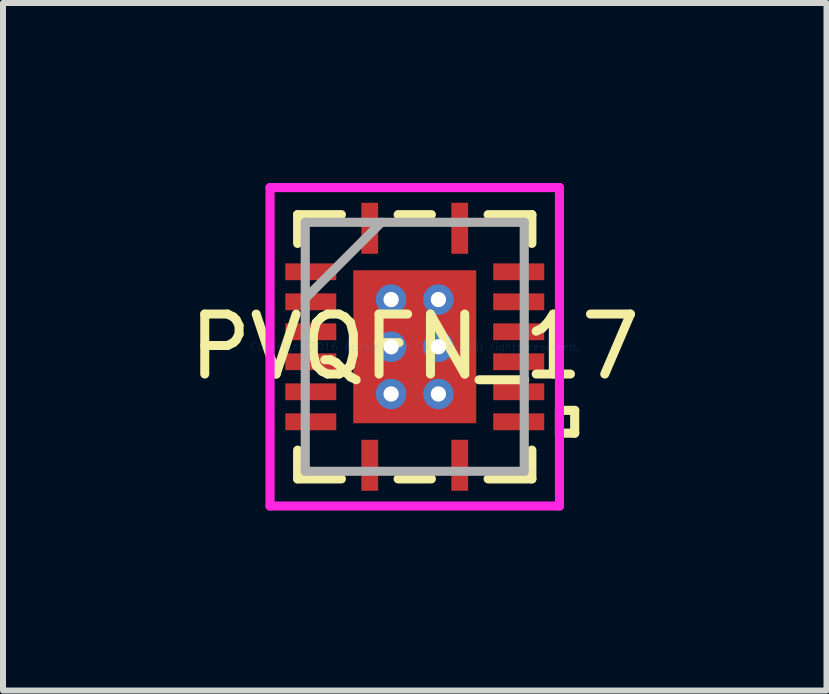
<source format=kicad_pcb>
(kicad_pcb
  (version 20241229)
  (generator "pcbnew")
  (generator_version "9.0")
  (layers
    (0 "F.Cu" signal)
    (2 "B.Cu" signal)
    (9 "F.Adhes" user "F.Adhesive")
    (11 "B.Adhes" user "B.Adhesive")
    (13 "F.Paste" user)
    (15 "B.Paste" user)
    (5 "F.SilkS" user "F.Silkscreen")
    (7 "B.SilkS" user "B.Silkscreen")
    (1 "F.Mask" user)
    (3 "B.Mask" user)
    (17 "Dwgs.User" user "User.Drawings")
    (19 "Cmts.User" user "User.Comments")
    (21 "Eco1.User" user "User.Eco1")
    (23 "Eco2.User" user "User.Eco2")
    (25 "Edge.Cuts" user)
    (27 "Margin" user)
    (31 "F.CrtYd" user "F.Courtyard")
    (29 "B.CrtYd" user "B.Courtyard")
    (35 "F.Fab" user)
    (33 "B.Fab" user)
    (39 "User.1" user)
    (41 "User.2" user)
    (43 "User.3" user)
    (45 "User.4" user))
  (footprint "PVQFN_17"
    (layer "F.Cu")
    (at 3.863 2.73)
    (property "Reference" "PVQFN_17" (at 0 0 0) (layer "F.SilkS") (effects (font (size 1 1) (thickness 0.15))))
    (attr through_hole)
    (fp_line (start -2.228 -1.46) (end -2.228 -1.04) (stroke (width 0.152) (type solid)) (layer "F.Mask"))
    (fp_line (start -2.228 -1.04) (end -1.238 -1.04) (stroke (width 0.152) (type solid)) (layer "F.Mask"))
    (fp_line (start -2.228 -0.96) (end -2.228 -0.54) (stroke (width 0.152) (type solid)) (layer "F.Mask"))
    (fp_line (start -2.228 -0.54) (end -1.238 -0.54) (stroke (width 0.152) (type solid)) (layer "F.Mask"))
    (fp_line (start -2.228 -0.46) (end -2.228 -0.04) (stroke (width 0.152) (type solid)) (layer "F.Mask"))
    (fp_line (start -2.228 -0.04) (end -1.238 -0.04) (stroke (width 0.152) (type solid)) (layer "F.Mask"))
    (fp_line (start -2.228 0.04) (end -2.228 0.46) (stroke (width 0.152) (type solid)) (layer "F.Mask"))
    (fp_line (start -2.228 0.46) (end -1.238 0.46) (stroke (width 0.152) (type solid)) (layer "F.Mask"))
    (fp_line (start -2.228 0.54) (end -2.228 0.96) (stroke (width 0.152) (type solid)) (layer "F.Mask"))
    (fp_line (start -2.228 0.96) (end -1.238 0.96) (stroke (width 0.152) (type solid)) (layer "F.Mask"))
    (fp_line (start -2.228 1.04) (end -2.228 1.46) (stroke (width 0.152) (type solid)) (layer "F.Mask"))
    (fp_line (start -2.228 1.46) (end -1.238 1.46) (stroke (width 0.152) (type solid)) (layer "F.Mask"))
    (fp_line (start -1.238 -1.46) (end -2.228 -1.46) (stroke (width 0.152) (type solid)) (layer "F.Mask"))
    (fp_line (start -1.238 -1.04) (end -1.238 -1.46) (stroke (width 0.152) (type solid)) (layer "F.Mask"))
    (fp_line (start -1.238 -0.96) (end -2.228 -0.96) (stroke (width 0.152) (type solid)) (layer "F.Mask"))
    (fp_line (start -1.238 -0.54) (end -1.238 -0.96) (stroke (width 0.152) (type solid)) (layer "F.Mask"))
    (fp_line (start -1.238 -0.46) (end -2.228 -0.46) (stroke (width 0.152) (type solid)) (layer "F.Mask"))
    (fp_line (start -1.238 -0.04) (end -1.238 -0.46) (stroke (width 0.152) (type solid)) (layer "F.Mask"))
    (fp_line (start -1.238 0.04) (end -2.228 0.04) (stroke (width 0.152) (type solid)) (layer "F.Mask"))
    (fp_line (start -1.238 0.46) (end -1.238 0.04) (stroke (width 0.152) (type solid)) (layer "F.Mask"))
    (fp_line (start -1.238 0.54) (end -2.228 0.54) (stroke (width 0.152) (type solid)) (layer "F.Mask"))
    (fp_line (start -1.238 0.96) (end -1.238 0.54) (stroke (width 0.152) (type solid)) (layer "F.Mask"))
    (fp_line (start -1.238 1.04) (end -2.228 1.04) (stroke (width 0.152) (type solid)) (layer "F.Mask"))
    (fp_line (start -1.238 1.46) (end -1.238 1.04) (stroke (width 0.152) (type solid)) (layer "F.Mask"))
    (fp_line (start -1.089 -1.339) (end -0.594 -1.339) (stroke (width 0.152) (type solid)) (layer "F.Mask"))
    (fp_line (start -1.089 -1.339) (end 1.089 -1.339) (stroke (width 0.152) (type solid)) (layer "F.Mask"))
    (fp_line (start -1.089 -0.987) (end -1.089 -1.339) (stroke (width 0.152) (type solid)) (layer "F.Mask"))
    (fp_line (start -1.089 -0.587) (end 1.089 -0.587) (stroke (width 0.152) (type solid)) (layer "F.Mask"))
    (fp_line (start -1.089 -0.2) (end -1.089 -0.587) (stroke (width 0.152) (type solid)) (layer "F.Mask"))
    (fp_line (start -1.089 0.2) (end 1.089 0.2) (stroke (width 0.152) (type solid)) (layer "F.Mask"))
    (fp_line (start -1.089 0.587) (end -1.089 0.2) (stroke (width 0.152) (type solid)) (layer "F.Mask"))
    (fp_line (start -1.089 0.987) (end 1.089 0.987) (stroke (width 0.152) (type solid)) (layer "F.Mask"))
    (fp_line (start -1.089 1.339) (end -1.089 -1.339) (stroke (width 0.152) (type solid)) (layer "F.Mask"))
    (fp_line (start -1.089 1.339) (end -1.089 0.987) (stroke (width 0.152) (type solid)) (layer "F.Mask"))
    (fp_line (start -0.96 -2.47) (end -0.96 -1.48) (stroke (width 0.152) (type solid)) (layer "F.Mask"))
    (fp_line (start -0.96 -1.48) (end -0.54 -1.48) (stroke (width 0.152) (type solid)) (layer "F.Mask"))
    (fp_line (start -0.96 1.48) (end -0.96 2.47) (stroke (width 0.152) (type solid)) (layer "F.Mask"))
    (fp_line (start -0.96 2.47) (end -0.54 2.47) (stroke (width 0.152) (type solid)) (layer "F.Mask"))
    (fp_line (start -0.594 -1.339) (end -0.594 1.339) (stroke (width 0.152) (type solid)) (layer "F.Mask"))
    (fp_line (start -0.594 1.339) (end -1.089 1.339) (stroke (width 0.152) (type solid)) (layer "F.Mask"))
    (fp_line (start -0.54 -2.47) (end -0.96 -2.47) (stroke (width 0.152) (type solid)) (layer "F.Mask"))
    (fp_line (start -0.54 -1.48) (end -0.54 -2.47) (stroke (width 0.152) (type solid)) (layer "F.Mask"))
    (fp_line (start -0.54 1.48) (end -0.96 1.48) (stroke (width 0.152) (type solid)) (layer "F.Mask"))
    (fp_line (start -0.54 2.47) (end -0.54 1.48) (stroke (width 0.152) (type solid)) (layer "F.Mask"))
    (fp_line (start -0.194 -1.339) (end -0.194 1.339) (stroke (width 0.152) (type solid)) (layer "F.Mask"))
    (fp_line (start -0.194 1.339) (end 0.194 1.339) (stroke (width 0.152) (type solid)) (layer "F.Mask"))
    (fp_line (start 0 -1.275) (end 0 -1.275) (stroke (width 0.152) (type solid)) (layer "F.Mask"))
    (fp_line (start 0 -1.275) (end 0 -1.275) (stroke (width 0.152) (type solid)) (layer "F.Mask"))
    (fp_line (start 0 -1.275) (end 0 -1.275) (stroke (width 0.152) (type solid)) (layer "F.Mask"))
    (fp_line (start 0 -1.275) (end 0 -1.275) (stroke (width 0.152) (type solid)) (layer "F.Mask"))
    (fp_line (start 0 -1.275) (end 0 -1.275) (stroke (width 0.152) (type solid)) (layer "F.Mask"))
    (fp_line (start 0 -1.275) (end 0 -1.275) (stroke (width 0.152) (type solid)) (layer "F.Mask"))
    (fp_line (start 0 -1.275) (end 0 -1.275) (stroke (width 0.152) (type solid)) (layer "F.Mask"))
    (fp_line (start 0 -1.275) (end 0 -1.275) (stroke (width 0.152) (type solid)) (layer "F.Mask"))
    (fp_line (start 0 -1.275) (end 0 -1.275) (stroke (width 0.152) (type solid)) (layer "F.Mask"))
    (fp_line (start 0 -1.275) (end 0 -1.275) (stroke (width 0.152) (type solid)) (layer "F.Mask"))
    (fp_line (start 0 -1.275) (end 0 -1.275) (stroke (width 0.152) (type solid)) (layer "F.Mask"))
    (fp_line (start 0 -1.275) (end 0 -1.275) (stroke (width 0.152) (type solid)) (layer "F.Mask"))
    (fp_line (start 0 -1.275) (end 0 -1.275) (stroke (width 0.152) (type solid)) (layer "F.Mask"))
    (fp_line (start 0 -1.275) (end 0 -1.275) (stroke (width 0.152) (type solid)) (layer "F.Mask"))
    (fp_line (start 0 -1.275) (end 0 -1.275) (stroke (width 0.152) (type solid)) (layer "F.Mask"))
    (fp_line (start 0 -1.275) (end 0 -1.275) (stroke (width 0.152) (type solid)) (layer "F.Mask"))
    (fp_line (start 0 1.275) (end 0 1.275) (stroke (width 0.152) (type solid)) (layer "F.Mask"))
    (fp_line (start 0 1.275) (end 0 1.275) (stroke (width 0.152) (type solid)) (layer "F.Mask"))
    (fp_line (start 0 1.275) (end 0 1.275) (stroke (width 0.152) (type solid)) (layer "F.Mask"))
    (fp_line (start 0 1.275) (end 0 1.275) (stroke (width 0.152) (type solid)) (layer "F.Mask"))
    (fp_line (start 0 1.275) (end 0 1.275) (stroke (width 0.152) (type solid)) (layer "F.Mask"))
    (fp_line (start 0 1.275) (end 0 1.275) (stroke (width 0.152) (type solid)) (layer "F.Mask"))
    (fp_line (start 0 1.275) (end 0 1.275) (stroke (width 0.152) (type solid)) (layer "F.Mask"))
    (fp_line (start 0 1.275) (end 0 1.275) (stroke (width 0.152) (type solid)) (layer "F.Mask"))
    (fp_line (start 0 1.275) (end 0 1.275) (stroke (width 0.152) (type solid)) (layer "F.Mask"))
    (fp_line (start 0 1.275) (end 0 1.275) (stroke (width 0.152) (type solid)) (layer "F.Mask"))
    (fp_line (start 0 1.275) (end 0 1.275) (stroke (width 0.152) (type solid)) (layer "F.Mask"))
    (fp_line (start 0 1.275) (end 0 1.275) (stroke (width 0.152) (type solid)) (layer "F.Mask"))
    (fp_line (start 0 1.275) (end 0 1.275) (stroke (width 0.152) (type solid)) (layer "F.Mask"))
    (fp_line (start 0 1.275) (end 0 1.275) (stroke (width 0.152) (type solid)) (layer "F.Mask"))
    (fp_line (start 0 1.275) (end 0 1.275) (stroke (width 0.152) (type solid)) (layer "F.Mask"))
    (fp_line (start 0 1.275) (end 0 1.275) (stroke (width 0.152) (type solid)) (layer "F.Mask"))
    (fp_line (start 0.194 -1.339) (end -0.194 -1.339) (stroke (width 0.152) (type solid)) (layer "F.Mask"))
    (fp_line (start 0.194 1.339) (end 0.194 -1.339) (stroke (width 0.152) (type solid)) (layer "F.Mask"))
    (fp_line (start 0.54 -2.47) (end 0.54 -1.48) (stroke (width 0.152) (type solid)) (layer "F.Mask"))
    (fp_line (start 0.54 -1.48) (end 0.96 -1.48) (stroke (width 0.152) (type solid)) (layer "F.Mask"))
    (fp_line (start 0.54 1.48) (end 0.54 2.47) (stroke (width 0.152) (type solid)) (layer "F.Mask"))
    (fp_line (start 0.54 2.47) (end 0.96 2.47) (stroke (width 0.152) (type solid)) (layer "F.Mask"))
    (fp_line (start 0.594 -1.339) (end 1.089 -1.339) (stroke (width 0.152) (type solid)) (layer "F.Mask"))
    (fp_line (start 0.594 1.339) (end 0.594 -1.339) (stroke (width 0.152) (type solid)) (layer "F.Mask"))
    (fp_line (start 0.96 -2.47) (end 0.54 -2.47) (stroke (width 0.152) (type solid)) (layer "F.Mask"))
    (fp_line (start 0.96 -1.48) (end 0.96 -2.47) (stroke (width 0.152) (type solid)) (layer "F.Mask"))
    (fp_line (start 0.96 1.48) (end 0.54 1.48) (stroke (width 0.152) (type solid)) (layer "F.Mask"))
    (fp_line (start 0.96 2.47) (end 0.96 1.48) (stroke (width 0.152) (type solid)) (layer "F.Mask"))
    (fp_line (start 1.089 -1.339) (end 1.089 -0.987) (stroke (width 0.152) (type solid)) (layer "F.Mask"))
    (fp_line (start 1.089 -1.339) (end 1.089 1.339) (stroke (width 0.152) (type solid)) (layer "F.Mask"))
    (fp_line (start 1.089 -0.987) (end -1.089 -0.987) (stroke (width 0.152) (type solid)) (layer "F.Mask"))
    (fp_line (start 1.089 -0.587) (end 1.089 -0.2) (stroke (width 0.152) (type solid)) (layer "F.Mask"))
    (fp_line (start 1.089 -0.2) (end -1.089 -0.2) (stroke (width 0.152) (type solid)) (layer "F.Mask"))
    (fp_line (start 1.089 0.2) (end 1.089 0.587) (stroke (width 0.152) (type solid)) (layer "F.Mask"))
    (fp_line (start 1.089 0.587) (end -1.089 0.587) (stroke (width 0.152) (type solid)) (layer "F.Mask"))
    (fp_line (start 1.089 0.987) (end 1.089 1.339) (stroke (width 0.152) (type solid)) (layer "F.Mask"))
    (fp_line (start 1.089 1.339) (end -1.089 1.339) (stroke (width 0.152) (type solid)) (layer "F.Mask"))
    (fp_line (start 1.089 1.339) (end 0.594 1.339) (stroke (width 0.152) (type solid)) (layer "F.Mask"))
    (fp_line (start 1.238 -1.46) (end 1.238 -1.04) (stroke (width 0.152) (type solid)) (layer "F.Mask"))
    (fp_line (start 1.238 -1.04) (end 2.228 -1.04) (stroke (width 0.152) (type solid)) (layer "F.Mask"))
    (fp_line (start 1.238 -0.96) (end 1.238 -0.54) (stroke (width 0.152) (type solid)) (layer "F.Mask"))
    (fp_line (start 1.238 -0.54) (end 2.228 -0.54) (stroke (width 0.152) (type solid)) (layer "F.Mask"))
    (fp_line (start 1.238 -0.46) (end 1.238 -0.04) (stroke (width 0.152) (type solid)) (layer "F.Mask"))
    (fp_line (start 1.238 -0.04) (end 2.228 -0.04) (stroke (width 0.152) (type solid)) (layer "F.Mask"))
    (fp_line (start 1.238 0.04) (end 1.238 0.46) (stroke (width 0.152) (type solid)) (layer "F.Mask"))
    (fp_line (start 1.238 0.46) (end 2.228 0.46) (stroke (width 0.152) (type solid)) (layer "F.Mask"))
    (fp_line (start 1.238 0.54) (end 1.238 0.96) (stroke (width 0.152) (type solid)) (layer "F.Mask"))
    (fp_line (start 1.238 0.96) (end 2.228 0.96) (stroke (width 0.152) (type solid)) (layer "F.Mask"))
    (fp_line (start 1.238 1.04) (end 1.238 1.46) (stroke (width 0.152) (type solid)) (layer "F.Mask"))
    (fp_line (start 1.238 1.46) (end 2.228 1.46) (stroke (width 0.152) (type solid)) (layer "F.Mask"))
    (fp_line (start 2.228 -1.46) (end 1.238 -1.46) (stroke (width 0.152) (type solid)) (layer "F.Mask"))
    (fp_line (start 2.228 -1.04) (end 2.228 -1.46) (stroke (width 0.152) (type solid)) (layer "F.Mask"))
    (fp_line (start 2.228 -0.96) (end 1.238 -0.96) (stroke (width 0.152) (type solid)) (layer "F.Mask"))
    (fp_line (start 2.228 -0.54) (end 2.228 -0.96) (stroke (width 0.152) (type solid)) (layer "F.Mask"))
    (fp_line (start 2.228 -0.46) (end 1.238 -0.46) (stroke (width 0.152) (type solid)) (layer "F.Mask"))
    (fp_line (start 2.228 -0.04) (end 2.228 -0.46) (stroke (width 0.152) (type solid)) (layer "F.Mask"))
    (fp_line (start 2.228 0.04) (end 1.238 0.04) (stroke (width 0.152) (type solid)) (layer "F.Mask"))
    (fp_line (start 2.228 0.46) (end 2.228 0.04) (stroke (width 0.152) (type solid)) (layer "F.Mask"))
    (fp_line (start 2.228 0.54) (end 1.238 0.54) (stroke (width 0.152) (type solid)) (layer "F.Mask"))
    (fp_line (start 2.228 0.96) (end 2.228 0.54) (stroke (width 0.152) (type solid)) (layer "F.Mask"))
    (fp_line (start 2.228 1.04) (end 1.238 1.04) (stroke (width 0.152) (type solid)) (layer "F.Mask"))
    (fp_line (start 2.228 1.46) (end 2.228 1.04) (stroke (width 0.152) (type solid)) (layer "F.Mask"))
    (fp_line (start -1.952 -2.202) (end -1.952 -1.723) (stroke (width 0.152) (type solid)) (layer "F.SilkS"))
    (fp_line (start -1.952 1.723) (end -1.952 2.202) (stroke (width 0.152) (type solid)) (layer "F.SilkS"))
    (fp_line (start -1.952 2.202) (end -1.223 2.202) (stroke (width 0.152) (type solid)) (layer "F.SilkS"))
    (fp_line (start -1.223 -2.202) (end -1.952 -2.202) (stroke (width 0.152) (type solid)) (layer "F.SilkS"))
    (fp_line (start -0.277 2.202) (end 0.277 2.202) (stroke (width 0.152) (type solid)) (layer "F.SilkS"))
    (fp_line (start 0.277 -2.202) (end -0.277 -2.202) (stroke (width 0.152) (type solid)) (layer "F.SilkS"))
    (fp_line (start 1.223 2.202) (end 1.952 2.202) (stroke (width 0.152) (type solid)) (layer "F.SilkS"))
    (fp_line (start 1.952 -2.202) (end 1.223 -2.202) (stroke (width 0.152) (type solid)) (layer "F.SilkS"))
    (fp_line (start 1.952 -1.723) (end 1.952 -2.202) (stroke (width 0.152) (type solid)) (layer "F.SilkS"))
    (fp_line (start 1.952 2.202) (end 1.952 1.723) (stroke (width 0.152) (type solid)) (layer "F.SilkS"))
    (fp_line (start 2.412 1.06) (end 2.666 1.06) (stroke (width 0.152) (type solid)) (layer "F.SilkS"))
    (fp_line (start 2.412 1.44) (end 2.412 1.06) (stroke (width 0.152) (type solid)) (layer "F.SilkS"))
    (fp_line (start 2.666 1.06) (end 2.666 1.44) (stroke (width 0.152) (type solid)) (layer "F.SilkS"))
    (fp_line (start 2.666 1.44) (end 2.412 1.44) (stroke (width 0.152) (type solid)) (layer "F.SilkS"))
    (fp_line (start -2.133 -1.365) (end -2.133 -1.135) (stroke (width 0.152) (type solid)) (layer "F.Paste"))
    (fp_line (start -2.133 -1.135) (end -1.333 -1.135) (stroke (width 0.152) (type solid)) (layer "F.Paste"))
    (fp_line (start -2.133 -0.865) (end -2.133 -0.635) (stroke (width 0.152) (type solid)) (layer "F.Paste"))
    (fp_line (start -2.133 -0.635) (end -1.333 -0.635) (stroke (width 0.152) (type solid)) (layer "F.Paste"))
    (fp_line (start -2.133 -0.365) (end -2.133 -0.135) (stroke (width 0.152) (type solid)) (layer "F.Paste"))
    (fp_line (start -2.133 -0.135) (end -1.333 -0.135) (stroke (width 0.152) (type solid)) (layer "F.Paste"))
    (fp_line (start -2.133 0.135) (end -2.133 0.365) (stroke (width 0.152) (type solid)) (layer "F.Paste"))
    (fp_line (start -2.133 0.365) (end -1.333 0.365) (stroke (width 0.152) (type solid)) (layer "F.Paste"))
    (fp_line (start -2.133 0.635) (end -2.133 0.865) (stroke (width 0.152) (type solid)) (layer "F.Paste"))
    (fp_line (start -2.133 0.865) (end -1.333 0.865) (stroke (width 0.152) (type solid)) (layer "F.Paste"))
    (fp_line (start -2.133 1.135) (end -2.133 1.365) (stroke (width 0.152) (type solid)) (layer "F.Paste"))
    (fp_line (start -2.133 1.365) (end -1.333 1.365) (stroke (width 0.152) (type solid)) (layer "F.Paste"))
    (fp_line (start -1.333 -1.365) (end -2.133 -1.365) (stroke (width 0.152) (type solid)) (layer "F.Paste"))
    (fp_line (start -1.333 -1.135) (end -1.333 -1.365) (stroke (width 0.152) (type solid)) (layer "F.Paste"))
    (fp_line (start -1.333 -0.865) (end -2.133 -0.865) (stroke (width 0.152) (type solid)) (layer "F.Paste"))
    (fp_line (start -1.333 -0.635) (end -1.333 -0.865) (stroke (width 0.152) (type solid)) (layer "F.Paste"))
    (fp_line (start -1.333 -0.365) (end -2.133 -0.365) (stroke (width 0.152) (type solid)) (layer "F.Paste"))
    (fp_line (start -1.333 -0.135) (end -1.333 -0.365) (stroke (width 0.152) (type solid)) (layer "F.Paste"))
    (fp_line (start -1.333 0.135) (end -2.133 0.135) (stroke (width 0.152) (type solid)) (layer "F.Paste"))
    (fp_line (start -1.333 0.365) (end -1.333 0.135) (stroke (width 0.152) (type solid)) (layer "F.Paste"))
    (fp_line (start -1.333 0.635) (end -2.133 0.635) (stroke (width 0.152) (type solid)) (layer "F.Paste"))
    (fp_line (start -1.333 0.865) (end -1.333 0.635) (stroke (width 0.152) (type solid)) (layer "F.Paste"))
    (fp_line (start -1.333 1.135) (end -2.133 1.135) (stroke (width 0.152) (type solid)) (layer "F.Paste"))
    (fp_line (start -1.333 1.365) (end -1.333 1.135) (stroke (width 0.152) (type solid)) (layer "F.Paste"))
    (fp_line (start -0.95 -1.2) (end -0.95 -0.887) (stroke (width 0.152) (type solid)) (layer "F.Paste"))
    (fp_line (start -0.95 -0.887) (end -0.635 -0.887) (stroke (width 0.152) (type solid)) (layer "F.Paste"))
    (fp_line (start -0.95 -0.687) (end -0.95 -0.1) (stroke (width 0.152) (type solid)) (layer "F.Paste"))
    (fp_line (start -0.95 -0.1) (end -0.635 -0.1) (stroke (width 0.152) (type solid)) (layer "F.Paste"))
    (fp_line (start -0.95 0.1) (end -0.95 0.687) (stroke (width 0.152) (type solid)) (layer "F.Paste"))
    (fp_line (start -0.95 0.687) (end -0.635 0.687) (stroke (width 0.152) (type solid)) (layer "F.Paste"))
    (fp_line (start -0.95 0.887) (end -0.95 1.2) (stroke (width 0.152) (type solid)) (layer "F.Paste"))
    (fp_line (start -0.95 1.2) (end -0.494 1.2) (stroke (width 0.152) (type solid)) (layer "F.Paste"))
    (fp_line (start -0.865 -2.375) (end -0.865 -1.575) (stroke (width 0.152) (type solid)) (layer "F.Paste"))
    (fp_line (start -0.865 -1.575) (end -0.635 -1.575) (stroke (width 0.152) (type solid)) (layer "F.Paste"))
    (fp_line (start -0.865 1.575) (end -0.865 2.375) (stroke (width 0.152) (type solid)) (layer "F.Paste"))
    (fp_line (start -0.865 2.375) (end -0.635 2.375) (stroke (width 0.152) (type solid)) (layer "F.Paste"))
    (fp_line (start -0.635 -0.887) (end -0.635 -0.887) (stroke (width 0.152) (type solid)) (layer "F.Paste"))
    (fp_line (start -0.635 -0.887) (end -0.494 -1.029) (stroke (width 0.152) (type solid)) (layer "F.Paste"))
    (fp_line (start -0.635 -0.687) (end -0.95 -0.687) (stroke (width 0.152) (type solid)) (layer "F.Paste"))
    (fp_line (start -0.635 -0.687) (end -0.635 -0.687) (stroke (width 0.152) (type solid)) (layer "F.Paste"))
    (fp_line (start -0.635 -0.1) (end -0.635 -0.1) (stroke (width 0.152) (type solid)) (layer "F.Paste"))
    (fp_line (start -0.635 -0.1) (end -0.494 -0.241) (stroke (width 0.152) (type solid)) (layer "F.Paste"))
    (fp_line (start -0.635 0.1) (end -0.95 0.1) (stroke (width 0.152) (type solid)) (layer "F.Paste"))
    (fp_line (start -0.635 0.1) (end -0.635 0.1) (stroke (width 0.152) (type solid)) (layer "F.Paste"))
    (fp_line (start -0.635 0.687) (end -0.635 0.687) (stroke (width 0.152) (type solid)) (layer "F.Paste"))
    (fp_line (start -0.635 0.687) (end -0.494 0.546) (stroke (width 0.152) (type solid)) (layer "F.Paste"))
    (fp_line (start -0.635 0.887) (end -0.95 0.887) (stroke (width 0.152) (type solid)) (layer "F.Paste"))
    (fp_line (start -0.635 0.887) (end -0.635 0.887) (stroke (width 0.152) (type solid)) (layer "F.Paste"))
    (fp_line (start -0.635 -2.375) (end -0.865 -2.375) (stroke (width 0.152) (type solid)) (layer "F.Paste"))
    (fp_line (start -0.635 -1.575) (end -0.635 -2.375) (stroke (width 0.152) (type solid)) (layer "F.Paste"))
    (fp_line (start -0.635 1.575) (end -0.865 1.575) (stroke (width 0.152) (type solid)) (layer "F.Paste"))
    (fp_line (start -0.635 2.375) (end -0.635 1.575) (stroke (width 0.152) (type solid)) (layer "F.Paste"))
    (fp_line (start -0.494 -1.2) (end -0.95 -1.2) (stroke (width 0.152) (type solid)) (layer "F.Paste"))
    (fp_line (start -0.494 -1.029) (end -0.494 -1.2) (stroke (width 0.152) (type solid)) (layer "F.Paste"))
    (fp_line (start -0.494 -1.029) (end -0.494 -1.029) (stroke (width 0.152) (type solid)) (layer "F.Paste"))
    (fp_line (start -0.494 -0.546) (end -0.635 -0.687) (stroke (width 0.152) (type solid)) (layer "F.Paste"))
    (fp_line (start -0.494 -0.546) (end -0.494 -0.546) (stroke (width 0.152) (type solid)) (layer "F.Paste"))
    (fp_line (start -0.494 -0.241) (end -0.494 -0.546) (stroke (width 0.152) (type solid)) (layer "F.Paste"))
    (fp_line (start -0.494 -0.241) (end -0.494 -0.241) (stroke (width 0.152) (type solid)) (layer "F.Paste"))
    (fp_line (start -0.494 0.241) (end -0.635 0.1) (stroke (width 0.152) (type solid)) (layer "F.Paste"))
    (fp_line (start -0.494 0.241) (end -0.494 0.241) (stroke (width 0.152) (type solid)) (layer "F.Paste"))
    (fp_line (start -0.494 0.546) (end -0.494 0.241) (stroke (width 0.152) (type solid)) (layer "F.Paste"))
    (fp_line (start -0.494 0.546) (end -0.494 0.546) (stroke (width 0.152) (type solid)) (layer "F.Paste"))
    (fp_line (start -0.494 1.029) (end -0.635 0.887) (stroke (width 0.152) (type solid)) (layer "F.Paste"))
    (fp_line (start -0.494 1.029) (end -0.494 1.029) (stroke (width 0.152) (type solid)) (layer "F.Paste"))
    (fp_line (start -0.494 1.2) (end -0.494 1.029) (stroke (width 0.152) (type solid)) (layer "F.Paste"))
    (fp_line (start -0.294 -1.2) (end -0.294 -1.029) (stroke (width 0.152) (type solid)) (layer "F.Paste"))
    (fp_line (start -0.294 -1.029) (end -0.294 -1.029) (stroke (width 0.152) (type solid)) (layer "F.Paste"))
    (fp_line (start -0.294 -1.029) (end -0.152 -0.887) (stroke (width 0.152) (type solid)) (layer "F.Paste"))
    (fp_line (start -0.294 -0.546) (end -0.294 -0.546) (stroke (width 0.152) (type solid)) (layer "F.Paste"))
    (fp_line (start -0.294 -0.546) (end -0.294 -0.241) (stroke (width 0.152) (type solid)) (layer "F.Paste"))
    (fp_line (start -0.294 -0.241) (end -0.294 -0.241) (stroke (width 0.152) (type solid)) (layer "F.Paste"))
    (fp_line (start -0.294 -0.241) (end -0.152 -0.1) (stroke (width 0.152) (type solid)) (layer "F.Paste"))
    (fp_line (start -0.294 0.241) (end -0.294 0.241) (stroke (width 0.152) (type solid)) (layer "F.Paste"))
    (fp_line (start -0.294 0.241) (end -0.294 0.546) (stroke (width 0.152) (type solid)) (layer "F.Paste"))
    (fp_line (start -0.294 0.546) (end -0.294 0.546) (stroke (width 0.152) (type solid)) (layer "F.Paste"))
    (fp_line (start -0.294 0.546) (end -0.152 0.687) (stroke (width 0.152) (type solid)) (layer "F.Paste"))
    (fp_line (start -0.294 1.029) (end -0.294 1.029) (stroke (width 0.152) (type solid)) (layer "F.Paste"))
    (fp_line (start -0.294 1.029) (end -0.294 1.2) (stroke (width 0.152) (type solid)) (layer "F.Paste"))
    (fp_line (start -0.294 1.2) (end 0.294 1.2) (stroke (width 0.152) (type solid)) (layer "F.Paste"))
    (fp_line (start -0.152 -0.887) (end -0.152 -0.887) (stroke (width 0.152) (type solid)) (layer "F.Paste"))
    (fp_line (start -0.152 -0.887) (end 0.152 -0.887) (stroke (width 0.152) (type solid)) (layer "F.Paste"))
    (fp_line (start -0.152 -0.687) (end -0.294 -0.546) (stroke (width 0.152) (type solid)) (layer "F.Paste"))
    (fp_line (start -0.152 -0.687) (end -0.152 -0.687) (stroke (width 0.152) (type solid)) (layer "F.Paste"))
    (fp_line (start -0.152 -0.1) (end -0.152 -0.1) (stroke (width 0.152) (type solid)) (layer "F.Paste"))
    (fp_line (start -0.152 -0.1) (end 0.152 -0.1) (stroke (width 0.152) (type solid)) (layer "F.Paste"))
    (fp_line (start -0.152 0.1) (end -0.294 0.241) (stroke (width 0.152) (type solid)) (layer "F.Paste"))
    (fp_line (start -0.152 0.1) (end -0.152 0.1) (stroke (width 0.152) (type solid)) (layer "F.Paste"))
    (fp_line (start -0.152 0.687) (end -0.152 0.687) (stroke (width 0.152) (type solid)) (layer "F.Paste"))
    (fp_line (start -0.152 0.687) (end 0.152 0.687) (stroke (width 0.152) (type solid)) (layer "F.Paste"))
    (fp_line (start -0.152 0.887) (end -0.294 1.029) (stroke (width 0.152) (type solid)) (layer "F.Paste"))
    (fp_line (start -0.152 0.887) (end -0.152 0.887) (stroke (width 0.152) (type solid)) (layer "F.Paste"))
    (fp_line (start 0 -1.275) (end 0 -1.275) (stroke (width 0.152) (type solid)) (layer "F.Paste"))
    (fp_line (start 0 -1.275) (end 0 -1.275) (stroke (width 0.152) (type solid)) (layer "F.Paste"))
    (fp_line (start 0 -1.275) (end 0 -1.275) (stroke (width 0.152) (type solid)) (layer "F.Paste"))
    (fp_line (start 0 -1.275) (end 0 -1.275) (stroke (width 0.152) (type solid)) (layer "F.Paste"))
    (fp_line (start 0 -1.275) (end 0 -1.275) (stroke (width 0.152) (type solid)) (layer "F.Paste"))
    (fp_line (start 0 -1.275) (end 0 -1.275) (stroke (width 0.152) (type solid)) (layer "F.Paste"))
    (fp_line (start 0 -1.275) (end 0 -1.275) (stroke (width 0.152) (type solid)) (layer "F.Paste"))
    (fp_line (start 0 -1.275) (end 0 -1.275) (stroke (width 0.152) (type solid)) (layer "F.Paste"))
    (fp_line (start 0 1.275) (end 0 1.275) (stroke (width 0.152) (type solid)) (layer "F.Paste"))
    (fp_line (start 0 1.275) (end 0 1.275) (stroke (width 0.152) (type solid)) (layer "F.Paste"))
    (fp_line (start 0 1.275) (end 0 1.275) (stroke (width 0.152) (type solid)) (layer "F.Paste"))
    (fp_line (start 0 1.275) (end 0 1.275) (stroke (width 0.152) (type solid)) (layer "F.Paste"))
    (fp_line (start 0 1.275) (end 0 1.275) (stroke (width 0.152) (type solid)) (layer "F.Paste"))
    (fp_line (start 0 1.275) (end 0 1.275) (stroke (width 0.152) (type solid)) (layer "F.Paste"))
    (fp_line (start 0 1.275) (end 0 1.275) (stroke (width 0.152) (type solid)) (layer "F.Paste"))
    (fp_line (start 0 1.275) (end 0 1.275) (stroke (width 0.152) (type solid)) (layer "F.Paste"))
    (fp_line (start 0.152 -0.887) (end 0.152 -0.887) (stroke (width 0.152) (type solid)) (layer "F.Paste"))
    (fp_line (start 0.152 -0.887) (end 0.294 -1.029) (stroke (width 0.152) (type solid)) (layer "F.Paste"))
    (fp_line (start 0.152 -0.687) (end -0.152 -0.687) (stroke (width 0.152) (type solid)) (layer "F.Paste"))
    (fp_line (start 0.152 -0.687) (end 0.152 -0.687) (stroke (width 0.152) (type solid)) (layer "F.Paste"))
    (fp_line (start 0.152 -0.1) (end 0.152 -0.1) (stroke (width 0.152) (type solid)) (layer "F.Paste"))
    (fp_line (start 0.152 -0.1) (end 0.294 -0.241) (stroke (width 0.152) (type solid)) (layer "F.Paste"))
    (fp_line (start 0.152 0.1) (end -0.152 0.1) (stroke (width 0.152) (type solid)) (layer "F.Paste"))
    (fp_line (start 0.152 0.1) (end 0.152 0.1) (stroke (width 0.152) (type solid)) (layer "F.Paste"))
    (fp_line (start 0.152 0.687) (end 0.152 0.687) (stroke (width 0.152) (type solid)) (layer "F.Paste"))
    (fp_line (start 0.152 0.687) (end 0.294 0.546) (stroke (width 0.152) (type solid)) (layer "F.Paste"))
    (fp_line (start 0.152 0.887) (end -0.152 0.887) (stroke (width 0.152) (type solid)) (layer "F.Paste"))
    (fp_line (start 0.152 0.887) (end 0.152 0.887) (stroke (width 0.152) (type solid)) (layer "F.Paste"))
    (fp_line (start 0.294 -1.2) (end -0.294 -1.2) (stroke (width 0.152) (type solid)) (layer "F.Paste"))
    (fp_line (start 0.294 -1.029) (end 0.294 -1.2) (stroke (width 0.152) (type solid)) (layer "F.Paste"))
    (fp_line (start 0.294 -1.029) (end 0.294 -1.029) (stroke (width 0.152) (type solid)) (layer "F.Paste"))
    (fp_line (start 0.294 -0.546) (end 0.152 -0.687) (stroke (width 0.152) (type solid)) (layer "F.Paste"))
    (fp_line (start 0.294 -0.546) (end 0.294 -0.546) (stroke (width 0.152) (type solid)) (layer "F.Paste"))
    (fp_line (start 0.294 -0.241) (end 0.294 -0.546) (stroke (width 0.152) (type solid)) (layer "F.Paste"))
    (fp_line (start 0.294 -0.241) (end 0.294 -0.241) (stroke (width 0.152) (type solid)) (layer "F.Paste"))
    (fp_line (start 0.294 0.241) (end 0.152 0.1) (stroke (width 0.152) (type solid)) (layer "F.Paste"))
    (fp_line (start 0.294 0.241) (end 0.294 0.241) (stroke (width 0.152) (type solid)) (layer "F.Paste"))
    (fp_line (start 0.294 0.546) (end 0.294 0.241) (stroke (width 0.152) (type solid)) (layer "F.Paste"))
    (fp_line (start 0.294 0.546) (end 0.294 0.546) (stroke (width 0.152) (type solid)) (layer "F.Paste"))
    (fp_line (start 0.294 1.029) (end 0.152 0.887) (stroke (width 0.152) (type solid)) (layer "F.Paste"))
    (fp_line (start 0.294 1.029) (end 0.294 1.029) (stroke (width 0.152) (type solid)) (layer "F.Paste"))
    (fp_line (start 0.294 1.2) (end 0.294 1.029) (stroke (width 0.152) (type solid)) (layer "F.Paste"))
    (fp_line (start 0.494 -1.2) (end 0.494 -1.029) (stroke (width 0.152) (type solid)) (layer "F.Paste"))
    (fp_line (start 0.494 -1.029) (end 0.494 -1.029) (stroke (width 0.152) (type solid)) (layer "F.Paste"))
    (fp_line (start 0.494 -1.029) (end 0.635 -0.887) (stroke (width 0.152) (type solid)) (layer "F.Paste"))
    (fp_line (start 0.494 -0.546) (end 0.494 -0.546) (stroke (width 0.152) (type solid)) (layer "F.Paste"))
    (fp_line (start 0.494 -0.546) (end 0.494 -0.241) (stroke (width 0.152) (type solid)) (layer "F.Paste"))
    (fp_line (start 0.494 -0.241) (end 0.494 -0.241) (stroke (width 0.152) (type solid)) (layer "F.Paste"))
    (fp_line (start 0.494 -0.241) (end 0.635 -0.1) (stroke (width 0.152) (type solid)) (layer "F.Paste"))
    (fp_line (start 0.494 0.241) (end 0.494 0.241) (stroke (width 0.152) (type solid)) (layer "F.Paste"))
    (fp_line (start 0.494 0.241) (end 0.494 0.546) (stroke (width 0.152) (type solid)) (layer "F.Paste"))
    (fp_line (start 0.494 0.546) (end 0.494 0.546) (stroke (width 0.152) (type solid)) (layer "F.Paste"))
    (fp_line (start 0.494 0.546) (end 0.635 0.687) (stroke (width 0.152) (type solid)) (layer "F.Paste"))
    (fp_line (start 0.494 1.029) (end 0.494 1.029) (stroke (width 0.152) (type solid)) (layer "F.Paste"))
    (fp_line (start 0.494 1.029) (end 0.494 1.2) (stroke (width 0.152) (type solid)) (layer "F.Paste"))
    (fp_line (start 0.494 1.2) (end 0.95 1.2) (stroke (width 0.152) (type solid)) (layer "F.Paste"))
    (fp_line (start 0.635 -2.375) (end 0.635 -1.575) (stroke (width 0.152) (type solid)) (layer "F.Paste"))
    (fp_line (start 0.635 -1.575) (end 0.865 -1.575) (stroke (width 0.152) (type solid)) (layer "F.Paste"))
    (fp_line (start 0.635 1.575) (end 0.635 2.375) (stroke (width 0.152) (type solid)) (layer "F.Paste"))
    (fp_line (start 0.635 2.375) (end 0.865 2.375) (stroke (width 0.152) (type solid)) (layer "F.Paste"))
    (fp_line (start 0.635 -0.887) (end 0.635 -0.887) (stroke (width 0.152) (type solid)) (layer "F.Paste"))
    (fp_line (start 0.635 -0.887) (end 0.95 -0.887) (stroke (width 0.152) (type solid)) (layer "F.Paste"))
    (fp_line (start 0.635 -0.687) (end 0.494 -0.546) (stroke (width 0.152) (type solid)) (layer "F.Paste"))
    (fp_line (start 0.635 -0.687) (end 0.635 -0.687) (stroke (width 0.152) (type solid)) (layer "F.Paste"))
    (fp_line (start 0.635 -0.1) (end 0.635 -0.1) (stroke (width 0.152) (type solid)) (layer "F.Paste"))
    (fp_line (start 0.635 -0.1) (end 0.95 -0.1) (stroke (width 0.152) (type solid)) (layer "F.Paste"))
    (fp_line (start 0.635 0.1) (end 0.494 0.241) (stroke (width 0.152) (type solid)) (layer "F.Paste"))
    (fp_line (start 0.635 0.1) (end 0.635 0.1) (stroke (width 0.152) (type solid)) (layer "F.Paste"))
    (fp_line (start 0.635 0.687) (end 0.635 0.687) (stroke (width 0.152) (type solid)) (layer "F.Paste"))
    (fp_line (start 0.635 0.687) (end 0.95 0.687) (stroke (width 0.152) (type solid)) (layer "F.Paste"))
    (fp_line (start 0.635 0.887) (end 0.494 1.029) (stroke (width 0.152) (type solid)) (layer "F.Paste"))
    (fp_line (start 0.635 0.887) (end 0.635 0.887) (stroke (width 0.152) (type solid)) (layer "F.Paste"))
    (fp_line (start 0.865 -2.375) (end 0.635 -2.375) (stroke (width 0.152) (type solid)) (layer "F.Paste"))
    (fp_line (start 0.865 -1.575) (end 0.865 -2.375) (stroke (width 0.152) (type solid)) (layer "F.Paste"))
    (fp_line (start 0.865 1.575) (end 0.635 1.575) (stroke (width 0.152) (type solid)) (layer "F.Paste"))
    (fp_line (start 0.865 2.375) (end 0.865 1.575) (stroke (width 0.152) (type solid)) (layer "F.Paste"))
    (fp_line (start 0.95 -1.2) (end 0.494 -1.2) (stroke (width 0.152) (type solid)) (layer "F.Paste"))
    (fp_line (start 0.95 -0.887) (end 0.95 -1.2) (stroke (width 0.152) (type solid)) (layer "F.Paste"))
    (fp_line (start 0.95 -0.687) (end 0.635 -0.687) (stroke (width 0.152) (type solid)) (layer "F.Paste"))
    (fp_line (start 0.95 -0.1) (end 0.95 -0.687) (stroke (width 0.152) (type solid)) (layer "F.Paste"))
    (fp_line (start 0.95 0.1) (end 0.635 0.1) (stroke (width 0.152) (type solid)) (layer "F.Paste"))
    (fp_line (start 0.95 0.687) (end 0.95 0.1) (stroke (width 0.152) (type solid)) (layer "F.Paste"))
    (fp_line (start 0.95 0.887) (end 0.635 0.887) (stroke (width 0.152) (type solid)) (layer "F.Paste"))
    (fp_line (start 0.95 1.2) (end 0.95 0.887) (stroke (width 0.152) (type solid)) (layer "F.Paste"))
    (fp_line (start 1.333 -1.365) (end 1.333 -1.135) (stroke (width 0.152) (type solid)) (layer "F.Paste"))
    (fp_line (start 1.333 -1.135) (end 2.133 -1.135) (stroke (width 0.152) (type solid)) (layer "F.Paste"))
    (fp_line (start 1.333 -0.865) (end 1.333 -0.635) (stroke (width 0.152) (type solid)) (layer "F.Paste"))
    (fp_line (start 1.333 -0.635) (end 2.133 -0.635) (stroke (width 0.152) (type solid)) (layer "F.Paste"))
    (fp_line (start 1.333 -0.365) (end 1.333 -0.135) (stroke (width 0.152) (type solid)) (layer "F.Paste"))
    (fp_line (start 1.333 -0.135) (end 2.133 -0.135) (stroke (width 0.152) (type solid)) (layer "F.Paste"))
    (fp_line (start 1.333 0.135) (end 1.333 0.365) (stroke (width 0.152) (type solid)) (layer "F.Paste"))
    (fp_line (start 1.333 0.365) (end 2.133 0.365) (stroke (width 0.152) (type solid)) (layer "F.Paste"))
    (fp_line (start 1.333 0.635) (end 1.333 0.865) (stroke (width 0.152) (type solid)) (layer "F.Paste"))
    (fp_line (start 1.333 0.865) (end 2.133 0.865) (stroke (width 0.152) (type solid)) (layer "F.Paste"))
    (fp_line (start 1.333 1.135) (end 1.333 1.365) (stroke (width 0.152) (type solid)) (layer "F.Paste"))
    (fp_line (start 1.333 1.365) (end 2.133 1.365) (stroke (width 0.152) (type solid)) (layer "F.Paste"))
    (fp_line (start 2.133 -1.365) (end 1.333 -1.365) (stroke (width 0.152) (type solid)) (layer "F.Paste"))
    (fp_line (start 2.133 -1.135) (end 2.133 -1.365) (stroke (width 0.152) (type solid)) (layer "F.Paste"))
    (fp_line (start 2.133 -0.865) (end 1.333 -0.865) (stroke (width 0.152) (type solid)) (layer "F.Paste"))
    (fp_line (start 2.133 -0.635) (end 2.133 -0.865) (stroke (width 0.152) (type solid)) (layer "F.Paste"))
    (fp_line (start 2.133 -0.365) (end 1.333 -0.365) (stroke (width 0.152) (type solid)) (layer "F.Paste"))
    (fp_line (start 2.133 -0.135) (end 2.133 -0.365) (stroke (width 0.152) (type solid)) (layer "F.Paste"))
    (fp_line (start 2.133 0.135) (end 1.333 0.135) (stroke (width 0.152) (type solid)) (layer "F.Paste"))
    (fp_line (start 2.133 0.365) (end 2.133 0.135) (stroke (width 0.152) (type solid)) (layer "F.Paste"))
    (fp_line (start 2.133 0.635) (end 1.333 0.635) (stroke (width 0.152) (type solid)) (layer "F.Paste"))
    (fp_line (start 2.133 0.865) (end 2.133 0.635) (stroke (width 0.152) (type solid)) (layer "F.Paste"))
    (fp_line (start 2.133 1.135) (end 1.333 1.135) (stroke (width 0.152) (type solid)) (layer "F.Paste"))
    (fp_line (start 2.133 1.365) (end 2.133 1.135) (stroke (width 0.152) (type solid)) (layer "F.Paste"))
    (fp_line (start -2.412 -2.654) (end 2.412 -2.654) (stroke (width 0.152) (type solid)) (layer "F.CrtYd"))
    (fp_line (start -2.412 2.654) (end -2.412 -2.654) (stroke (width 0.152) (type solid)) (layer "F.CrtYd"))
    (fp_line (start 2.412 -2.654) (end 2.412 2.654) (stroke (width 0.152) (type solid)) (layer "F.CrtYd"))
    (fp_line (start 2.412 2.654) (end -2.412 2.654) (stroke (width 0.152) (type solid)) (layer "F.CrtYd"))
    (fp_line (start -1.825 -2.075) (end -1.825 2.075) (stroke (width 0.152) (type solid)) (layer "F.Fab"))
    (fp_line (start -1.825 -0.805) (end -0.555 -2.075) (stroke (width 0.152) (type solid)) (layer "F.Fab"))
    (fp_line (start -1.825 2.075) (end 1.825 2.075) (stroke (width 0.152) (type solid)) (layer "F.Fab"))
    (fp_line (start 1.825 -2.075) (end -1.825 -2.075) (stroke (width 0.152) (type solid)) (layer "F.Fab"))
    (fp_line (start 1.825 2.075) (end 1.825 -2.075) (stroke (width 0.152) (type solid)) (layer "F.Fab"))
    (fp_text user "Copyright 2016 Accelerated Designs. All rights reserved." (at 0 0 0) (layer "Cmts.User") (effects (font (size 0.127 0.127) (thickness 0.002))))
    (pad "1" smd rect (at -0.75 -1.975) (size 0.28 0.85) (layers "F.Cu" "F.Mask" "F.Paste"))
    (pad "2" smd rect (at -1.733 -1.25 90) (size 0.28 0.85) (layers "F.Cu" "F.Mask" "F.Paste"))
    (pad "3" smd rect (at -1.733 -0.75 90) (size 0.28 0.85) (layers "F.Cu" "F.Mask" "F.Paste"))
    (pad "4" smd rect (at -1.733 -0.25 90) (size 0.28 0.85) (layers "F.Cu" "F.Mask" "F.Paste"))
    (pad "5" smd rect (at -1.733 0.25 90) (size 0.28 0.85) (layers "F.Cu" "F.Mask" "F.Paste"))
    (pad "6" smd rect (at -1.733 0.75 90) (size 0.28 0.85) (layers "F.Cu" "F.Mask" "F.Paste"))
    (pad "7" smd rect (at -1.733 1.25 90) (size 0.28 0.85) (layers "F.Cu" "F.Mask" "F.Paste"))
    (pad "8" smd rect (at -0.75 1.975) (size 0.28 0.85) (layers "F.Cu" "F.Mask" "F.Paste"))
    (pad "9" smd rect (at 0.75 1.975) (size 0.28 0.85) (layers "F.Cu" "F.Mask" "F.Paste"))
    (pad "10" smd rect (at 1.733 1.25 90) (size 0.28 0.85) (layers "F.Cu" "F.Mask" "F.Paste"))
    (pad "11" smd rect (at 1.733 0.75 90) (size 0.28 0.85) (layers "F.Cu" "F.Mask" "F.Paste"))
    (pad "12" smd rect (at 1.733 0.25 90) (size 0.28 0.85) (layers "F.Cu" "F.Mask" "F.Paste"))
    (pad "13" smd rect (at 1.733 -0.25 90) (size 0.28 0.85) (layers "F.Cu" "F.Mask" "F.Paste"))
    (pad "14" smd rect (at 1.733 -0.75 90) (size 0.28 0.85) (layers "F.Cu" "F.Mask" "F.Paste"))
    (pad "15" smd rect (at 1.733 -1.25 90) (size 0.28 0.85) (layers "F.Cu" "F.Mask" "F.Paste"))
    (pad "16" smd rect (at 0.75 -1.975) (size 0.28 0.85) (layers "F.Cu" "F.Mask" "F.Paste"))
    (pad "17" smd rect (at 0 0) (size 2.05 2.55) (layers "F.Cu" "F.Mask" "F.Paste"))
    (pad "V" thru_hole circle (at -0.394 -0.787) (size 0.508 0.508) (drill 0.254) (layers "*.Cu" "*.Mask"))
    (pad "V" thru_hole circle (at -0.394 0) (size 0.508 0.508) (drill 0.254) (layers "*.Cu" "*.Mask"))
    (pad "V" thru_hole circle (at -0.394 0.787) (size 0.508 0.508) (drill 0.254) (layers "*.Cu" "*.Mask"))
    (pad "V" thru_hole circle (at 0.394 -0.787) (size 0.508 0.508) (drill 0.254) (layers "*.Cu" "*.Mask"))
    (pad "V" thru_hole circle (at 0.394 0) (size 0.508 0.508) (drill 0.254) (layers "*.Cu" "*.Mask"))
    (pad "V" thru_hole circle (at 0.394 0.787) (size 0.508 0.508) (drill 0.254) (layers "*.Cu" "*.Mask")))
  (gr_rect
    (start -3 -3)
    (end 10.726 8.46)
    (stroke (width 0.1) (type default))
    (fill no)
    (layer "Edge.Cuts")))
</source>
